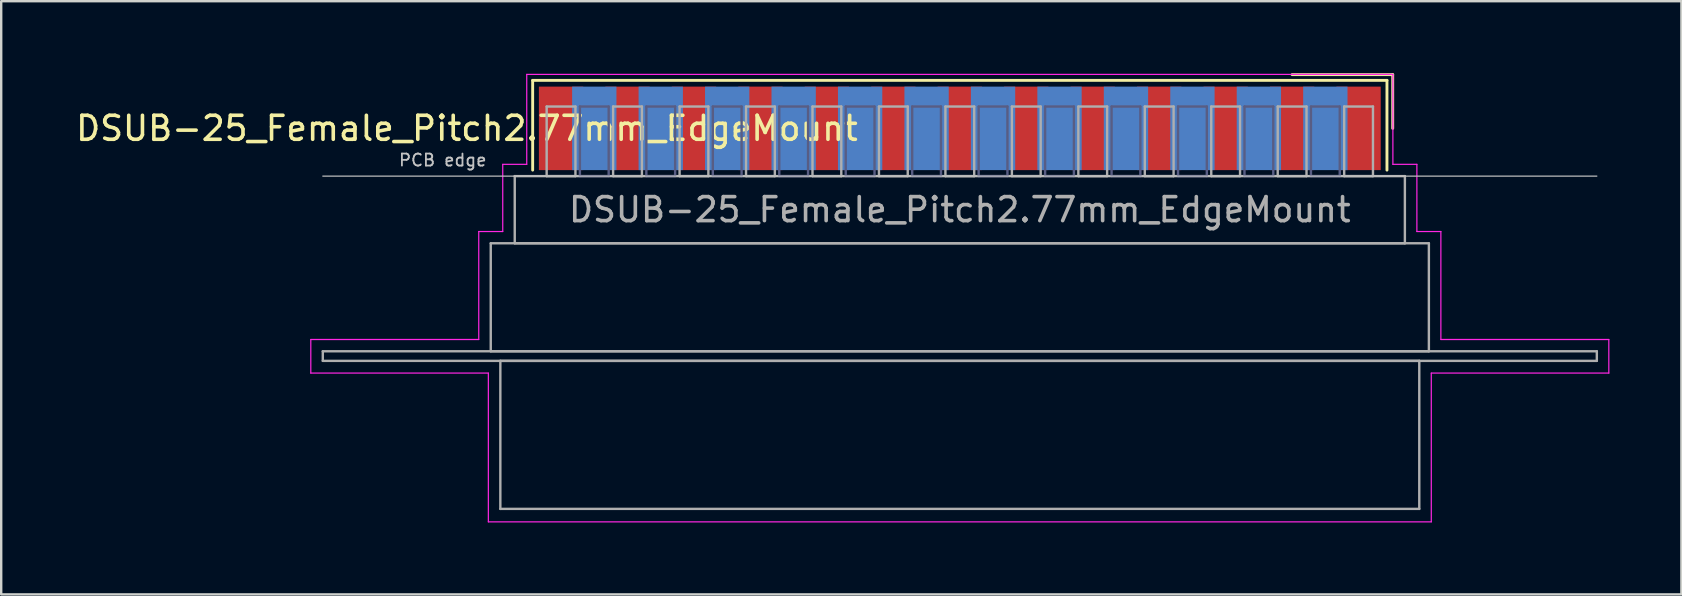
<source format=kicad_pcb>
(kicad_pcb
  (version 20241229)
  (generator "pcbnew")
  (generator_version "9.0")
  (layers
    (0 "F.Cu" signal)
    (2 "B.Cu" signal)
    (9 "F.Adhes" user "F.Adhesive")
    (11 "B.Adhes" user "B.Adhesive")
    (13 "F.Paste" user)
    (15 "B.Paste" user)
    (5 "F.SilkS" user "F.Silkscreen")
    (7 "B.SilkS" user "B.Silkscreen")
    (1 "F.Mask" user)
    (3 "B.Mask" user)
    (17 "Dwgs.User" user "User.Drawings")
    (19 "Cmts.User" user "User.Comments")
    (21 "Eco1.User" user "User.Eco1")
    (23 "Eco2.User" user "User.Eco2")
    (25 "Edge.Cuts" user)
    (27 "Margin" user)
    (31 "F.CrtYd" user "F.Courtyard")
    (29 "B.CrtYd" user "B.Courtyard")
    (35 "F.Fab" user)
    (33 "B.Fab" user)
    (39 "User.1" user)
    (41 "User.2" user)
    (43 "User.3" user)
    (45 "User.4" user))
  (footprint "DSUB-25_Female_Pitch2.77mm_EdgeMount"
    (layer "F.Cu")
    (at 36.954 2.3)
    (property "Reference" "DSUB-25_Female_Pitch2.77mm_EdgeMount" (at -20.543 0 0) (layer "F.SilkS") (effects (font (size 1 1) (thickness 0.15))))
    (attr smd)
    (fp_line (start -17.803 -2) (end -17.803 1.74) (stroke (width 0.12) (type solid)) (layer "F.SilkS"))
    (fp_line (start 17.803 -2) (end -17.803 -2) (stroke (width 0.12) (type solid)) (layer "F.SilkS"))
    (fp_line (start 17.803 1.74) (end 17.803 -2) (stroke (width 0.12) (type solid)) (layer "F.SilkS"))
    (fp_line (start 18.043 -2.24) (end 13.85 -2.24) (stroke (width 0.12) (type solid)) (layer "F.SilkS"))
    (fp_line (start 18.043 0) (end 18.043 -2.24) (stroke (width 0.12) (type solid)) (layer "F.SilkS"))
    (fp_line (start -26.55 1.99) (end 26.55 1.99) (stroke (width 0.05) (type solid)) (layer "Dwgs.User"))
    (fp_line (start -27.05 8.8) (end -20.05 8.8) (stroke (width 0.05) (type solid)) (layer "F.CrtYd"))
    (fp_line (start -27.05 10.2) (end -27.05 8.8) (stroke (width 0.05) (type solid)) (layer "F.CrtYd"))
    (fp_line (start -20.05 4.3) (end -19.05 4.3) (stroke (width 0.05) (type solid)) (layer "F.CrtYd"))
    (fp_line (start -20.05 8.8) (end -20.05 4.3) (stroke (width 0.05) (type solid)) (layer "F.CrtYd"))
    (fp_line (start -19.65 10.2) (end -27.05 10.2) (stroke (width 0.05) (type solid)) (layer "F.CrtYd"))
    (fp_line (start -19.65 16.4) (end -19.65 10.2) (stroke (width 0.05) (type solid)) (layer "F.CrtYd"))
    (fp_line (start -19.05 1.5) (end -18.05 1.5) (stroke (width 0.05) (type solid)) (layer "F.CrtYd"))
    (fp_line (start -19.05 4.3) (end -19.05 1.5) (stroke (width 0.05) (type solid)) (layer "F.CrtYd"))
    (fp_line (start -18.05 -2.25) (end 18.05 -2.25) (stroke (width 0.05) (type solid)) (layer "F.CrtYd"))
    (fp_line (start -18.05 1.5) (end -18.05 -2.25) (stroke (width 0.05) (type solid)) (layer "F.CrtYd"))
    (fp_line (start 18.05 -2.25) (end 18.05 1.5) (stroke (width 0.05) (type solid)) (layer "F.CrtYd"))
    (fp_line (start 18.05 1.5) (end 19.05 1.5) (stroke (width 0.05) (type solid)) (layer "F.CrtYd"))
    (fp_line (start 19.05 1.5) (end 19.05 4.3) (stroke (width 0.05) (type solid)) (layer "F.CrtYd"))
    (fp_line (start 19.05 4.3) (end 20.05 4.3) (stroke (width 0.05) (type solid)) (layer "F.CrtYd"))
    (fp_line (start 19.65 10.2) (end 19.65 16.4) (stroke (width 0.05) (type solid)) (layer "F.CrtYd"))
    (fp_line (start 19.65 16.4) (end -19.65 16.4) (stroke (width 0.05) (type solid)) (layer "F.CrtYd"))
    (fp_line (start 20.05 4.3) (end 20.05 8.8) (stroke (width 0.05) (type solid)) (layer "F.CrtYd"))
    (fp_line (start 20.05 8.8) (end 27.05 8.8) (stroke (width 0.05) (type solid)) (layer "F.CrtYd"))
    (fp_line (start 27.05 8.8) (end 27.05 10.2) (stroke (width 0.05) (type solid)) (layer "F.CrtYd"))
    (fp_line (start 27.05 10.2) (end 19.65 10.2) (stroke (width 0.05) (type solid)) (layer "F.CrtYd"))
    (fp_line (start -15.835 -0.91) (end -15.835 1.99) (stroke (width 0.1) (type solid)) (layer "B.Fab"))
    (fp_line (start -15.835 1.99) (end -14.635 1.99) (stroke (width 0.1) (type solid)) (layer "B.Fab"))
    (fp_line (start -14.635 -0.91) (end -15.835 -0.91) (stroke (width 0.1) (type solid)) (layer "B.Fab"))
    (fp_line (start -14.635 1.99) (end -14.635 -0.91) (stroke (width 0.1) (type solid)) (layer "B.Fab"))
    (fp_line (start -13.065 -0.91) (end -13.065 1.99) (stroke (width 0.1) (type solid)) (layer "B.Fab"))
    (fp_line (start -13.065 1.99) (end -11.865 1.99) (stroke (width 0.1) (type solid)) (layer "B.Fab"))
    (fp_line (start -11.865 -0.91) (end -13.065 -0.91) (stroke (width 0.1) (type solid)) (layer "B.Fab"))
    (fp_line (start -11.865 1.99) (end -11.865 -0.91) (stroke (width 0.1) (type solid)) (layer "B.Fab"))
    (fp_line (start -10.295 -0.91) (end -10.295 1.99) (stroke (width 0.1) (type solid)) (layer "B.Fab"))
    (fp_line (start -10.295 1.99) (end -9.095 1.99) (stroke (width 0.1) (type solid)) (layer "B.Fab"))
    (fp_line (start -9.095 -0.91) (end -10.295 -0.91) (stroke (width 0.1) (type solid)) (layer "B.Fab"))
    (fp_line (start -9.095 1.99) (end -9.095 -0.91) (stroke (width 0.1) (type solid)) (layer "B.Fab"))
    (fp_line (start -7.525 -0.91) (end -7.525 1.99) (stroke (width 0.1) (type solid)) (layer "B.Fab"))
    (fp_line (start -7.525 1.99) (end -6.325 1.99) (stroke (width 0.1) (type solid)) (layer "B.Fab"))
    (fp_line (start -6.325 -0.91) (end -7.525 -0.91) (stroke (width 0.1) (type solid)) (layer "B.Fab"))
    (fp_line (start -6.325 1.99) (end -6.325 -0.91) (stroke (width 0.1) (type solid)) (layer "B.Fab"))
    (fp_line (start -4.755 -0.91) (end -4.755 1.99) (stroke (width 0.1) (type solid)) (layer "B.Fab"))
    (fp_line (start -4.755 1.99) (end -3.555 1.99) (stroke (width 0.1) (type solid)) (layer "B.Fab"))
    (fp_line (start -3.555 -0.91) (end -4.755 -0.91) (stroke (width 0.1) (type solid)) (layer "B.Fab"))
    (fp_line (start -3.555 1.99) (end -3.555 -0.91) (stroke (width 0.1) (type solid)) (layer "B.Fab"))
    (fp_line (start -1.985 -0.91) (end -1.985 1.99) (stroke (width 0.1) (type solid)) (layer "B.Fab"))
    (fp_line (start -1.985 1.99) (end -0.785 1.99) (stroke (width 0.1) (type solid)) (layer "B.Fab"))
    (fp_line (start -0.785 -0.91) (end -1.985 -0.91) (stroke (width 0.1) (type solid)) (layer "B.Fab"))
    (fp_line (start -0.785 1.99) (end -0.785 -0.91) (stroke (width 0.1) (type solid)) (layer "B.Fab"))
    (fp_line (start 0.785 -0.91) (end 0.785 1.99) (stroke (width 0.1) (type solid)) (layer "B.Fab"))
    (fp_line (start 0.785 1.99) (end 1.985 1.99) (stroke (width 0.1) (type solid)) (layer "B.Fab"))
    (fp_line (start 1.985 -0.91) (end 0.785 -0.91) (stroke (width 0.1) (type solid)) (layer "B.Fab"))
    (fp_line (start 1.985 1.99) (end 1.985 -0.91) (stroke (width 0.1) (type solid)) (layer "B.Fab"))
    (fp_line (start 3.555 -0.91) (end 3.555 1.99) (stroke (width 0.1) (type solid)) (layer "B.Fab"))
    (fp_line (start 3.555 1.99) (end 4.755 1.99) (stroke (width 0.1) (type solid)) (layer "B.Fab"))
    (fp_line (start 4.755 -0.91) (end 3.555 -0.91) (stroke (width 0.1) (type solid)) (layer "B.Fab"))
    (fp_line (start 4.755 1.99) (end 4.755 -0.91) (stroke (width 0.1) (type solid)) (layer "B.Fab"))
    (fp_line (start 6.325 -0.91) (end 6.325 1.99) (stroke (width 0.1) (type solid)) (layer "B.Fab"))
    (fp_line (start 6.325 1.99) (end 7.525 1.99) (stroke (width 0.1) (type solid)) (layer "B.Fab"))
    (fp_line (start 7.525 -0.91) (end 6.325 -0.91) (stroke (width 0.1) (type solid)) (layer "B.Fab"))
    (fp_line (start 7.525 1.99) (end 7.525 -0.91) (stroke (width 0.1) (type solid)) (layer "B.Fab"))
    (fp_line (start 9.095 -0.91) (end 9.095 1.99) (stroke (width 0.1) (type solid)) (layer "B.Fab"))
    (fp_line (start 9.095 1.99) (end 10.295 1.99) (stroke (width 0.1) (type solid)) (layer "B.Fab"))
    (fp_line (start 10.295 -0.91) (end 9.095 -0.91) (stroke (width 0.1) (type solid)) (layer "B.Fab"))
    (fp_line (start 10.295 1.99) (end 10.295 -0.91) (stroke (width 0.1) (type solid)) (layer "B.Fab"))
    (fp_line (start 11.865 -0.91) (end 11.865 1.99) (stroke (width 0.1) (type solid)) (layer "B.Fab"))
    (fp_line (start 11.865 1.99) (end 13.065 1.99) (stroke (width 0.1) (type solid)) (layer "B.Fab"))
    (fp_line (start 13.065 -0.91) (end 11.865 -0.91) (stroke (width 0.1) (type solid)) (layer "B.Fab"))
    (fp_line (start 13.065 1.99) (end 13.065 -0.91) (stroke (width 0.1) (type solid)) (layer "B.Fab"))
    (fp_line (start 14.635 -0.91) (end 14.635 1.99) (stroke (width 0.1) (type solid)) (layer "B.Fab"))
    (fp_line (start 14.635 1.99) (end 15.835 1.99) (stroke (width 0.1) (type solid)) (layer "B.Fab"))
    (fp_line (start 15.835 -0.91) (end 14.635 -0.91) (stroke (width 0.1) (type solid)) (layer "B.Fab"))
    (fp_line (start 15.835 1.99) (end 15.835 -0.91) (stroke (width 0.1) (type solid)) (layer "B.Fab"))
    (fp_line (start -26.55 9.29) (end -26.55 9.69) (stroke (width 0.1) (type solid)) (layer "F.Fab"))
    (fp_line (start -26.55 9.69) (end 26.55 9.69) (stroke (width 0.1) (type solid)) (layer "F.Fab"))
    (fp_line (start -19.55 4.79) (end -19.55 9.29) (stroke (width 0.1) (type solid)) (layer "F.Fab"))
    (fp_line (start -19.55 9.29) (end 19.55 9.29) (stroke (width 0.1) (type solid)) (layer "F.Fab"))
    (fp_line (start -19.15 9.69) (end -19.15 15.86) (stroke (width 0.1) (type solid)) (layer "F.Fab"))
    (fp_line (start -19.15 15.86) (end 19.15 15.86) (stroke (width 0.1) (type solid)) (layer "F.Fab"))
    (fp_line (start -18.55 1.99) (end -18.55 4.79) (stroke (width 0.1) (type solid)) (layer "F.Fab"))
    (fp_line (start -18.55 4.79) (end 18.55 4.79) (stroke (width 0.1) (type solid)) (layer "F.Fab"))
    (fp_line (start -17.22 -0.91) (end -17.22 1.99) (stroke (width 0.1) (type solid)) (layer "F.Fab"))
    (fp_line (start -17.22 1.99) (end -16.02 1.99) (stroke (width 0.1) (type solid)) (layer "F.Fab"))
    (fp_line (start -16.02 -0.91) (end -17.22 -0.91) (stroke (width 0.1) (type solid)) (layer "F.Fab"))
    (fp_line (start -16.02 1.99) (end -16.02 -0.91) (stroke (width 0.1) (type solid)) (layer "F.Fab"))
    (fp_line (start -14.45 -0.91) (end -14.45 1.99) (stroke (width 0.1) (type solid)) (layer "F.Fab"))
    (fp_line (start -14.45 1.99) (end -13.25 1.99) (stroke (width 0.1) (type solid)) (layer "F.Fab"))
    (fp_line (start -13.25 -0.91) (end -14.45 -0.91) (stroke (width 0.1) (type solid)) (layer "F.Fab"))
    (fp_line (start -13.25 1.99) (end -13.25 -0.91) (stroke (width 0.1) (type solid)) (layer "F.Fab"))
    (fp_line (start -11.68 -0.91) (end -11.68 1.99) (stroke (width 0.1) (type solid)) (layer "F.Fab"))
    (fp_line (start -11.68 1.99) (end -10.48 1.99) (stroke (width 0.1) (type solid)) (layer "F.Fab"))
    (fp_line (start -10.48 -0.91) (end -11.68 -0.91) (stroke (width 0.1) (type solid)) (layer "F.Fab"))
    (fp_line (start -10.48 1.99) (end -10.48 -0.91) (stroke (width 0.1) (type solid)) (layer "F.Fab"))
    (fp_line (start -8.91 -0.91) (end -8.91 1.99) (stroke (width 0.1) (type solid)) (layer "F.Fab"))
    (fp_line (start -8.91 1.99) (end -7.71 1.99) (stroke (width 0.1) (type solid)) (layer "F.Fab"))
    (fp_line (start -7.71 -0.91) (end -8.91 -0.91) (stroke (width 0.1) (type solid)) (layer "F.Fab"))
    (fp_line (start -7.71 1.99) (end -7.71 -0.91) (stroke (width 0.1) (type solid)) (layer "F.Fab"))
    (fp_line (start -6.14 -0.91) (end -6.14 1.99) (stroke (width 0.1) (type solid)) (layer "F.Fab"))
    (fp_line (start -6.14 1.99) (end -4.94 1.99) (stroke (width 0.1) (type solid)) (layer "F.Fab"))
    (fp_line (start -4.94 -0.91) (end -6.14 -0.91) (stroke (width 0.1) (type solid)) (layer "F.Fab"))
    (fp_line (start -4.94 1.99) (end -4.94 -0.91) (stroke (width 0.1) (type solid)) (layer "F.Fab"))
    (fp_line (start -3.37 -0.91) (end -3.37 1.99) (stroke (width 0.1) (type solid)) (layer "F.Fab"))
    (fp_line (start -3.37 1.99) (end -2.17 1.99) (stroke (width 0.1) (type solid)) (layer "F.Fab"))
    (fp_line (start -2.17 -0.91) (end -3.37 -0.91) (stroke (width 0.1) (type solid)) (layer "F.Fab"))
    (fp_line (start -2.17 1.99) (end -2.17 -0.91) (stroke (width 0.1) (type solid)) (layer "F.Fab"))
    (fp_line (start -0.6 -0.91) (end -0.6 1.99) (stroke (width 0.1) (type solid)) (layer "F.Fab"))
    (fp_line (start -0.6 1.99) (end 0.6 1.99) (stroke (width 0.1) (type solid)) (layer "F.Fab"))
    (fp_line (start 0.6 -0.91) (end -0.6 -0.91) (stroke (width 0.1) (type solid)) (layer "F.Fab"))
    (fp_line (start 0.6 1.99) (end 0.6 -0.91) (stroke (width 0.1) (type solid)) (layer "F.Fab"))
    (fp_line (start 2.17 -0.91) (end 2.17 1.99) (stroke (width 0.1) (type solid)) (layer "F.Fab"))
    (fp_line (start 2.17 1.99) (end 3.37 1.99) (stroke (width 0.1) (type solid)) (layer "F.Fab"))
    (fp_line (start 3.37 -0.91) (end 2.17 -0.91) (stroke (width 0.1) (type solid)) (layer "F.Fab"))
    (fp_line (start 3.37 1.99) (end 3.37 -0.91) (stroke (width 0.1) (type solid)) (layer "F.Fab"))
    (fp_line (start 4.94 -0.91) (end 4.94 1.99) (stroke (width 0.1) (type solid)) (layer "F.Fab"))
    (fp_line (start 4.94 1.99) (end 6.14 1.99) (stroke (width 0.1) (type solid)) (layer "F.Fab"))
    (fp_line (start 6.14 -0.91) (end 4.94 -0.91) (stroke (width 0.1) (type solid)) (layer "F.Fab"))
    (fp_line (start 6.14 1.99) (end 6.14 -0.91) (stroke (width 0.1) (type solid)) (layer "F.Fab"))
    (fp_line (start 7.71 -0.91) (end 7.71 1.99) (stroke (width 0.1) (type solid)) (layer "F.Fab"))
    (fp_line (start 7.71 1.99) (end 8.91 1.99) (stroke (width 0.1) (type solid)) (layer "F.Fab"))
    (fp_line (start 8.91 -0.91) (end 7.71 -0.91) (stroke (width 0.1) (type solid)) (layer "F.Fab"))
    (fp_line (start 8.91 1.99) (end 8.91 -0.91) (stroke (width 0.1) (type solid)) (layer "F.Fab"))
    (fp_line (start 10.48 -0.91) (end 10.48 1.99) (stroke (width 0.1) (type solid)) (layer "F.Fab"))
    (fp_line (start 10.48 1.99) (end 11.68 1.99) (stroke (width 0.1) (type solid)) (layer "F.Fab"))
    (fp_line (start 11.68 -0.91) (end 10.48 -0.91) (stroke (width 0.1) (type solid)) (layer "F.Fab"))
    (fp_line (start 11.68 1.99) (end 11.68 -0.91) (stroke (width 0.1) (type solid)) (layer "F.Fab"))
    (fp_line (start 13.25 -0.91) (end 13.25 1.99) (stroke (width 0.1) (type solid)) (layer "F.Fab"))
    (fp_line (start 13.25 1.99) (end 14.45 1.99) (stroke (width 0.1) (type solid)) (layer "F.Fab"))
    (fp_line (start 14.45 -0.91) (end 13.25 -0.91) (stroke (width 0.1) (type solid)) (layer "F.Fab"))
    (fp_line (start 14.45 1.99) (end 14.45 -0.91) (stroke (width 0.1) (type solid)) (layer "F.Fab"))
    (fp_line (start 16.02 -0.91) (end 16.02 1.99) (stroke (width 0.1) (type solid)) (layer "F.Fab"))
    (fp_line (start 16.02 1.99) (end 17.22 1.99) (stroke (width 0.1) (type solid)) (layer "F.Fab"))
    (fp_line (start 17.22 -0.91) (end 16.02 -0.91) (stroke (width 0.1) (type solid)) (layer "F.Fab"))
    (fp_line (start 17.22 1.99) (end 17.22 -0.91) (stroke (width 0.1) (type solid)) (layer "F.Fab"))
    (fp_line (start 18.55 1.99) (end -18.55 1.99) (stroke (width 0.1) (type solid)) (layer "F.Fab"))
    (fp_line (start 18.55 4.79) (end 18.55 1.99) (stroke (width 0.1) (type solid)) (layer "F.Fab"))
    (fp_line (start 19.15 9.69) (end -19.15 9.69) (stroke (width 0.1) (type solid)) (layer "F.Fab"))
    (fp_line (start 19.15 15.86) (end 19.15 9.69) (stroke (width 0.1) (type solid)) (layer "F.Fab"))
    (fp_line (start 19.55 4.79) (end -19.55 4.79) (stroke (width 0.1) (type solid)) (layer "F.Fab"))
    (fp_line (start 19.55 9.29) (end 19.55 4.79) (stroke (width 0.1) (type solid)) (layer "F.Fab"))
    (fp_line (start 26.55 9.29) (end -26.55 9.29) (stroke (width 0.1) (type solid)) (layer "F.Fab"))
    (fp_line (start 26.55 9.69) (end 26.55 9.29) (stroke (width 0.1) (type solid)) (layer "F.Fab"))
    (fp_text user "PCB edge" (at -21.55 1.323 0) (layer "Dwgs.User") (effects (font (size 0.5 0.5) (thickness 0.075))))
    (fp_text user "${REFERENCE}" (at 0 3.39 0) (layer "F.Fab") (effects (font (size 1 1) (thickness 0.15))))
    (pad "1" smd rect (at 16.62 0) (size 1.847 3.48) (layers "F.Cu" "F.Mask" "F.Paste"))
    (pad "2" smd rect (at 13.85 0) (size 1.847 3.48) (layers "F.Cu" "F.Mask" "F.Paste"))
    (pad "3" smd rect (at 11.08 0) (size 1.847 3.48) (layers "F.Cu" "F.Mask" "F.Paste"))
    (pad "4" smd rect (at 8.31 0) (size 1.847 3.48) (layers "F.Cu" "F.Mask" "F.Paste"))
    (pad "5" smd rect (at 5.54 0) (size 1.847 3.48) (layers "F.Cu" "F.Mask" "F.Paste"))
    (pad "6" smd rect (at 2.77 0) (size 1.847 3.48) (layers "F.Cu" "F.Mask" "F.Paste"))
    (pad "7" smd rect (at 0 0) (size 1.847 3.48) (layers "F.Cu" "F.Mask" "F.Paste"))
    (pad "8" smd rect (at -2.77 0) (size 1.847 3.48) (layers "F.Cu" "F.Mask" "F.Paste"))
    (pad "9" smd rect (at -5.54 0) (size 1.847 3.48) (layers "F.Cu" "F.Mask" "F.Paste"))
    (pad "10" smd rect (at -8.31 0) (size 1.847 3.48) (layers "F.Cu" "F.Mask" "F.Paste"))
    (pad "11" smd rect (at -11.08 0) (size 1.847 3.48) (layers "F.Cu" "F.Mask" "F.Paste"))
    (pad "12" smd rect (at -13.85 0) (size 1.847 3.48) (layers "F.Cu" "F.Mask" "F.Paste"))
    (pad "13" smd rect (at -16.62 0) (size 1.847 3.48) (layers "F.Cu" "F.Mask" "F.Paste"))
    (pad "14" smd rect (at 15.235 0) (size 1.847 3.48) (layers "B.Cu" "B.Mask" "B.Paste"))
    (pad "15" smd rect (at 12.465 0) (size 1.847 3.48) (layers "B.Cu" "B.Mask" "B.Paste"))
    (pad "16" smd rect (at 9.695 0) (size 1.847 3.48) (layers "B.Cu" "B.Mask" "B.Paste"))
    (pad "17" smd rect (at 6.925 0) (size 1.847 3.48) (layers "B.Cu" "B.Mask" "B.Paste"))
    (pad "18" smd rect (at 4.155 0) (size 1.847 3.48) (layers "B.Cu" "B.Mask" "B.Paste"))
    (pad "19" smd rect (at 1.385 0) (size 1.847 3.48) (layers "B.Cu" "B.Mask" "B.Paste"))
    (pad "20" smd rect (at -1.385 0) (size 1.847 3.48) (layers "B.Cu" "B.Mask" "B.Paste"))
    (pad "21" smd rect (at -4.155 0) (size 1.847 3.48) (layers "B.Cu" "B.Mask" "B.Paste"))
    (pad "22" smd rect (at -6.925 0) (size 1.847 3.48) (layers "B.Cu" "B.Mask" "B.Paste"))
    (pad "23" smd rect (at -9.695 0) (size 1.847 3.48) (layers "B.Cu" "B.Mask" "B.Paste"))
    (pad "24" smd rect (at -12.465 0) (size 1.847 3.48) (layers "B.Cu" "B.Mask" "B.Paste"))
    (pad "25" smd rect (at -15.235 0) (size 1.847 3.48) (layers "B.Cu" "B.Mask" "B.Paste")))
  (gr_rect
    (start -3 -3)
    (end 67.029 21.725)
    (stroke (width 0.1) (type default))
    (fill no)
    (layer "Edge.Cuts")))
</source>
